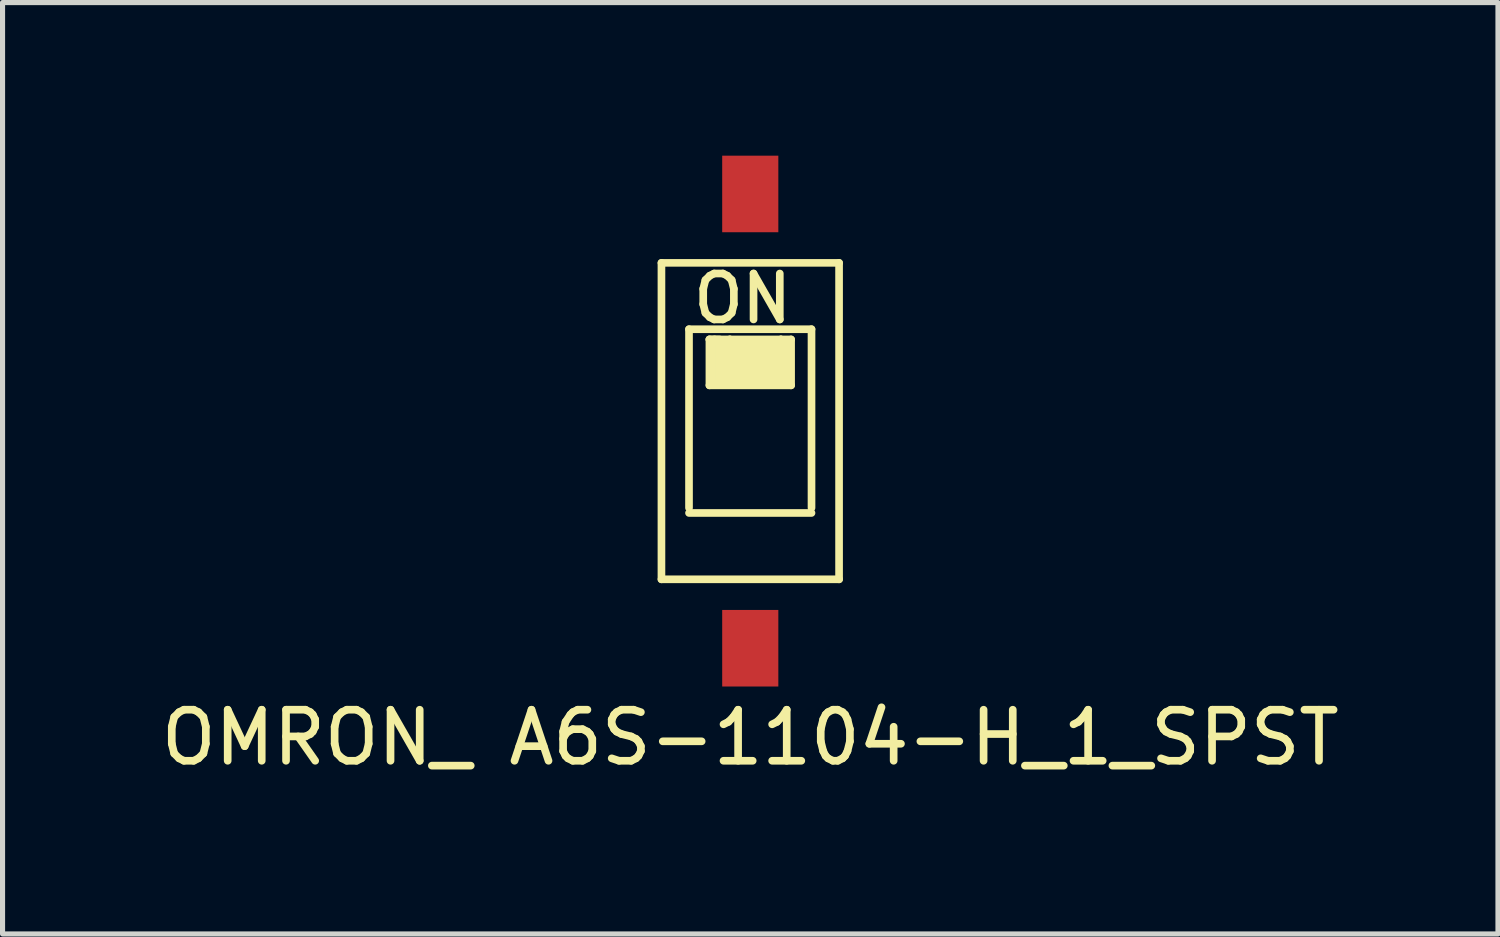
<source format=kicad_pcb>
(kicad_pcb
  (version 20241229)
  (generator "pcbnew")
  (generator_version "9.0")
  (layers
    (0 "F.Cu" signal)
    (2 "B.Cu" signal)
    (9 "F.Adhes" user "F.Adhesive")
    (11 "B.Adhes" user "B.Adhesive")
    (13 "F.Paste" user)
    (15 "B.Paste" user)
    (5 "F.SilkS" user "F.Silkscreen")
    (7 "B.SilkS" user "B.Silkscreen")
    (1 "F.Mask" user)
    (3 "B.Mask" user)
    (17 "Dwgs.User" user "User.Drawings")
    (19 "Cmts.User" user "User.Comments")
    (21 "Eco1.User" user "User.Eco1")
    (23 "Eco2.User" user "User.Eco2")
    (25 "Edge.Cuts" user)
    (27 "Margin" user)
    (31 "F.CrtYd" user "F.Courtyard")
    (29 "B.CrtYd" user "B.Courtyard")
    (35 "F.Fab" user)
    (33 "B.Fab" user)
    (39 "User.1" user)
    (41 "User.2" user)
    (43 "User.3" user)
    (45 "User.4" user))
  (footprint "OMRON_ A6S-1104-H_1_SPST"
    (layer "F.Cu")
    (at 11.649 5.2)
    (property "Reference" "OMRON_ A6S-1104-H_1_SPST" (at 0 6.2 0) (layer "F.SilkS") (effects (font (size 1 1) (thickness 0.15))))
    (attr through_hole)
    (fp_line (start -1.74 -3.1) (end 1.74 -3.1) (stroke (width 0.15) (type solid)) (layer "F.SilkS"))
    (fp_line (start -1.74 3.1) (end -1.74 -3.1) (stroke (width 0.15) (type solid)) (layer "F.SilkS"))
    (fp_line (start -1.2 -1.8) (end 1.2 -1.8) (stroke (width 0.15) (type solid)) (layer "F.SilkS"))
    (fp_line (start -1.2 1.7) (end -1.2 -1.8) (stroke (width 0.15) (type solid)) (layer "F.SilkS"))
    (fp_line (start -0.8 -1.6) (end -0.6 -1.6) (stroke (width 0.15) (type solid)) (layer "F.SilkS"))
    (fp_line (start -0.8 -1.6) (end 0.8 -1.6) (stroke (width 0.15) (type solid)) (layer "F.SilkS"))
    (fp_line (start -0.8 -0.7) (end -0.8 -1.6) (stroke (width 0.15) (type solid)) (layer "F.SilkS"))
    (fp_line (start -0.7 -1.6) (end -0.7 -0.8) (stroke (width 0.15) (type solid)) (layer "F.SilkS"))
    (fp_line (start -0.7 -0.8) (end -0.6 -0.8) (stroke (width 0.15) (type solid)) (layer "F.SilkS"))
    (fp_line (start -0.6 -1.5) (end -0.5 -1.5) (stroke (width 0.15) (type solid)) (layer "F.SilkS"))
    (fp_line (start -0.6 -0.8) (end -0.6 -1.5) (stroke (width 0.15) (type solid)) (layer "F.SilkS"))
    (fp_line (start -0.5 -1.5) (end -0.5 -0.8) (stroke (width 0.15) (type solid)) (layer "F.SilkS"))
    (fp_line (start -0.5 -0.8) (end -0.4 -0.8) (stroke (width 0.15) (type solid)) (layer "F.SilkS"))
    (fp_line (start -0.4 -1.6) (end -0.3 -1.5) (stroke (width 0.15) (type solid)) (layer "F.SilkS"))
    (fp_line (start -0.4 -0.8) (end -0.4 -1.6) (stroke (width 0.15) (type solid)) (layer "F.SilkS"))
    (fp_line (start -0.3 -1.5) (end -0.3 -0.8) (stroke (width 0.15) (type solid)) (layer "F.SilkS"))
    (fp_line (start -0.3 -0.8) (end -0.2 -0.8) (stroke (width 0.15) (type solid)) (layer "F.SilkS"))
    (fp_line (start -0.2 -1.5) (end -0.1 -1.5) (stroke (width 0.15) (type solid)) (layer "F.SilkS"))
    (fp_line (start -0.2 -0.8) (end -0.2 -1.5) (stroke (width 0.15) (type solid)) (layer "F.SilkS"))
    (fp_line (start -0.1 -1.5) (end -0.1 -0.8) (stroke (width 0.15) (type solid)) (layer "F.SilkS"))
    (fp_line (start -0.1 -0.8) (end 0 -0.8) (stroke (width 0.15) (type solid)) (layer "F.SilkS"))
    (fp_line (start 0 -1.5) (end 0.1 -1.5) (stroke (width 0.15) (type solid)) (layer "F.SilkS"))
    (fp_line (start 0 -0.8) (end 0 -1.5) (stroke (width 0.15) (type solid)) (layer "F.SilkS"))
    (fp_line (start 0.1 -1.5) (end 0.1 -0.8) (stroke (width 0.15) (type solid)) (layer "F.SilkS"))
    (fp_line (start 0.1 -0.8) (end 0.2 -0.8) (stroke (width 0.15) (type solid)) (layer "F.SilkS"))
    (fp_line (start 0.2 -1.5) (end 0.3 -1.5) (stroke (width 0.15) (type solid)) (layer "F.SilkS"))
    (fp_line (start 0.2 -0.8) (end 0.2 -1.5) (stroke (width 0.15) (type solid)) (layer "F.SilkS"))
    (fp_line (start 0.3 -1.5) (end 0.3 -0.8) (stroke (width 0.15) (type solid)) (layer "F.SilkS"))
    (fp_line (start 0.3 -0.8) (end 0.4 -0.8) (stroke (width 0.15) (type solid)) (layer "F.SilkS"))
    (fp_line (start 0.4 -1.5) (end 0.5 -1.5) (stroke (width 0.15) (type solid)) (layer "F.SilkS"))
    (fp_line (start 0.4 -0.8) (end 0.4 -1.5) (stroke (width 0.15) (type solid)) (layer "F.SilkS"))
    (fp_line (start 0.5 -1.5) (end 0.5 -0.8) (stroke (width 0.15) (type solid)) (layer "F.SilkS"))
    (fp_line (start 0.5 -0.8) (end 0.6 -0.8) (stroke (width 0.15) (type solid)) (layer "F.SilkS"))
    (fp_line (start 0.6 -1.6) (end 0.7 -1.5) (stroke (width 0.15) (type solid)) (layer "F.SilkS"))
    (fp_line (start 0.6 -0.8) (end 0.6 -1.6) (stroke (width 0.15) (type solid)) (layer "F.SilkS"))
    (fp_line (start 0.7 -1.5) (end 0.7 -0.8) (stroke (width 0.15) (type solid)) (layer "F.SilkS"))
    (fp_line (start 0.8 -1.6) (end 0.8 -0.7) (stroke (width 0.15) (type solid)) (layer "F.SilkS"))
    (fp_line (start 0.8 -0.7) (end -0.8 -0.7) (stroke (width 0.15) (type solid)) (layer "F.SilkS"))
    (fp_line (start 1.2 -1.8) (end 1.2 1.7) (stroke (width 0.15) (type solid)) (layer "F.SilkS"))
    (fp_line (start 1.2 1.8) (end -1.2 1.8) (stroke (width 0.15) (type solid)) (layer "F.SilkS"))
    (fp_line (start 1.74 -3.1) (end 1.74 3.1) (stroke (width 0.15) (type solid)) (layer "F.SilkS"))
    (fp_line (start 1.74 3.1) (end -1.74 3.1) (stroke (width 0.15) (type solid)) (layer "F.SilkS"))
    (fp_text user "ON" (at -0.15 -2.4 0) (layer "F.SilkS") (effects (font (size 0.9 0.9) (thickness 0.15))))
    (pad "1" smd rect (at 0 -4.45) (size 1.1 1.5) (layers "F.Cu" "F.Mask" "F.Paste"))
    (pad "2" smd rect (at 0 4.45) (size 1.1 1.5) (layers "F.Cu" "F.Mask" "F.Paste")))
  (gr_rect
    (start -3 -3)
    (end 26.298 15.248)
    (stroke (width 0.1) (type default))
    (fill no)
    (layer "Edge.Cuts")))
</source>
